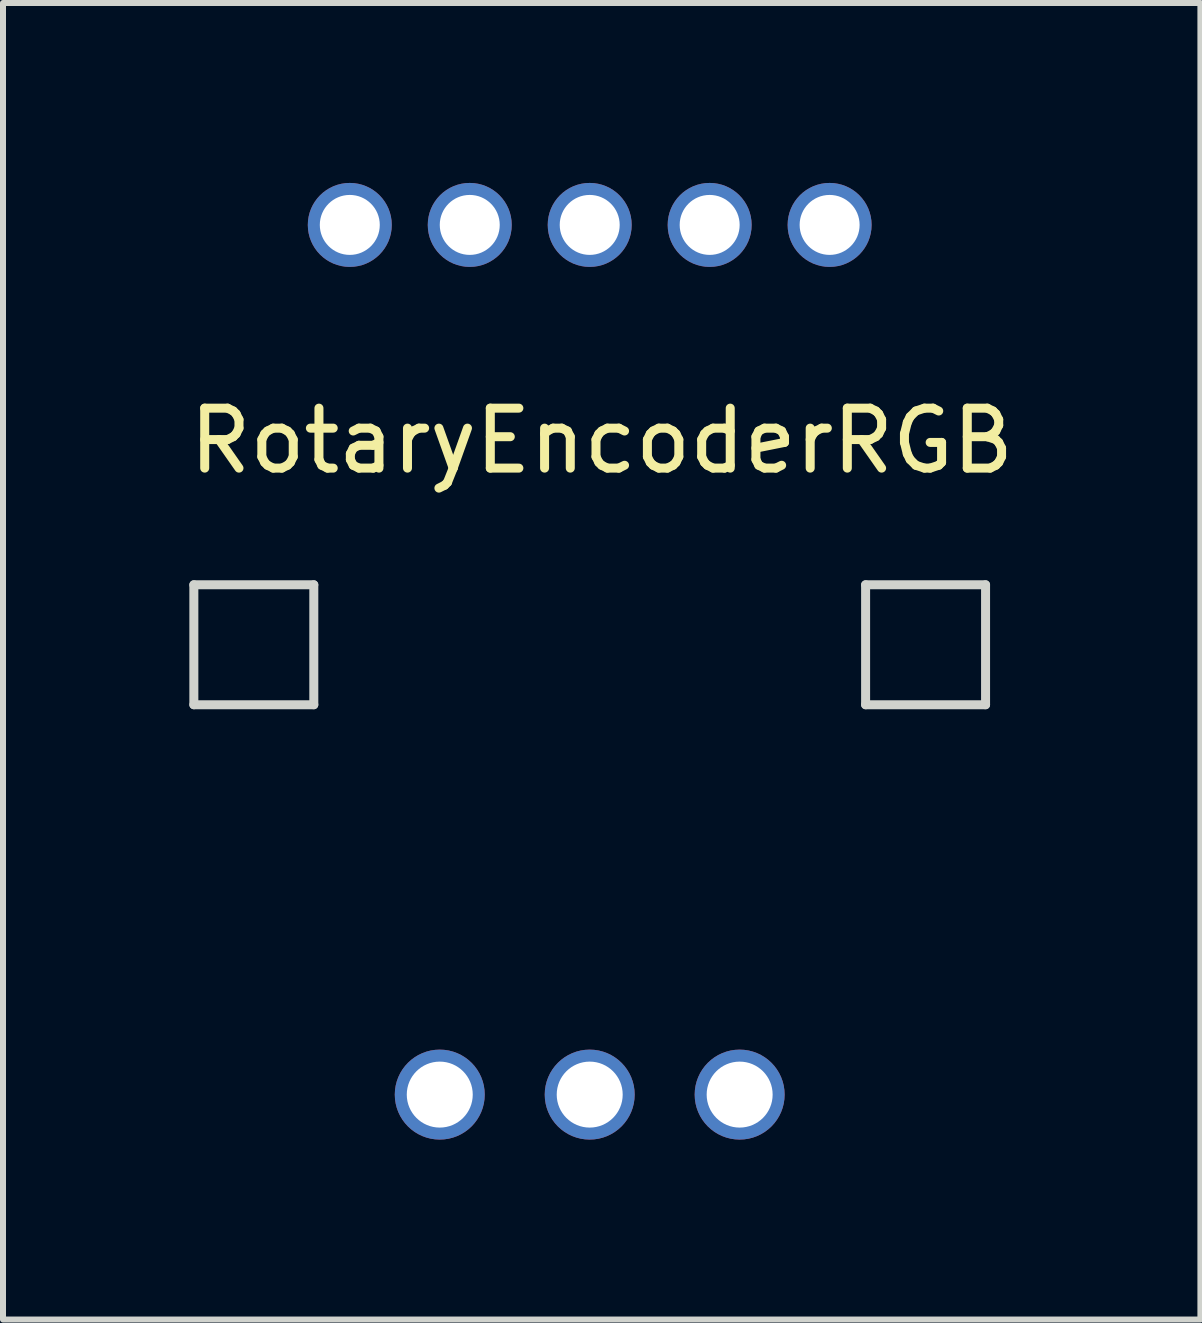
<source format=kicad_pcb>
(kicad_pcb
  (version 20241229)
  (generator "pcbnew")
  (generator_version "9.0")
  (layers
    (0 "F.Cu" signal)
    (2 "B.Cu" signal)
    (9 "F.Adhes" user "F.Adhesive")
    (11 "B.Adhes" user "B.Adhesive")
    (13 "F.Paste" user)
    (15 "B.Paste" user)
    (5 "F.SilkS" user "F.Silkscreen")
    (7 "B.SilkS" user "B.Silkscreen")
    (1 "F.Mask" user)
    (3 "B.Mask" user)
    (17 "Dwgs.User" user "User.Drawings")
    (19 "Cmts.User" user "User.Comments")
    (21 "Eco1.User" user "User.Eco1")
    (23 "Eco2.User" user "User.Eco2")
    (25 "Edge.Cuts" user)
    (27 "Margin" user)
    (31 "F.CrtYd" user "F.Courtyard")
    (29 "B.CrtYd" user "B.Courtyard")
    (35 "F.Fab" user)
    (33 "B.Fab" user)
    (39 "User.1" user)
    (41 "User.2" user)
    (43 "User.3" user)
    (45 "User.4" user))
  (footprint "RotaryEncoderRGB"
    (layer "F.Cu")
    (at 6.782 7.7)
    (property "Reference" "RotaryEncoderRGB" (at 0.2 -3.4 0) (layer "F.SilkS") (effects (font (size 1 1) (thickness 0.15))))
    (attr through_hole)
    (fp_line (start -6.6 -1) (end -4.6 -1) (stroke (width 0.15) (type solid)) (layer "Edge.Cuts"))
    (fp_line (start -6.6 1) (end -6.6 -1) (stroke (width 0.15) (type solid)) (layer "Edge.Cuts"))
    (fp_line (start -6.6 1) (end -4.6 1) (stroke (width 0.15) (type solid)) (layer "Edge.Cuts"))
    (fp_line (start -4.6 1) (end -4.6 -1) (stroke (width 0.15) (type solid)) (layer "Edge.Cuts"))
    (fp_line (start 4.6 -1) (end 4.6 1) (stroke (width 0.15) (type solid)) (layer "Edge.Cuts"))
    (fp_line (start 4.6 -1) (end 6.6 -1) (stroke (width 0.15) (type solid)) (layer "Edge.Cuts"))
    (fp_line (start 6.6 1) (end 4.6 1) (stroke (width 0.15) (type solid)) (layer "Edge.Cuts"))
    (fp_line (start 6.6 1) (end 6.6 -1) (stroke (width 0.15) (type solid)) (layer "Edge.Cuts"))
    (pad "1" thru_hole circle (at -4 -7) (size 1.4 1.4) (drill 1) (layers "*.Cu" "*.Mask"))
    (pad "2" thru_hole circle (at -2 -7) (size 1.4 1.4) (drill 1) (layers "*.Cu" "*.Mask"))
    (pad "3" thru_hole circle (at 0 -7) (size 1.4 1.4) (drill 1) (layers "*.Cu" "*.Mask"))
    (pad "4" thru_hole circle (at 2 -7) (size 1.4 1.4) (drill 1) (layers "*.Cu" "*.Mask"))
    (pad "5" thru_hole circle (at 4 -7) (size 1.4 1.4) (drill 1) (layers "*.Cu" "*.Mask"))
    (pad "6" thru_hole circle (at -2.5 7.5) (size 1.5 1.5) (drill 1.1) (layers "*.Cu" "*.Mask"))
    (pad "7" thru_hole circle (at 0 7.5) (size 1.5 1.5) (drill 1.1) (layers "*.Cu" "*.Mask"))
    (pad "8" thru_hole circle (at 2.5 7.5) (size 1.5 1.5) (drill 1.1) (layers "*.Cu" "*.Mask")))
  (gr_rect
    (start -3 -3)
    (end 16.964 18.95)
    (stroke (width 0.1) (type default))
    (fill no)
    (layer "Edge.Cuts")))
</source>
